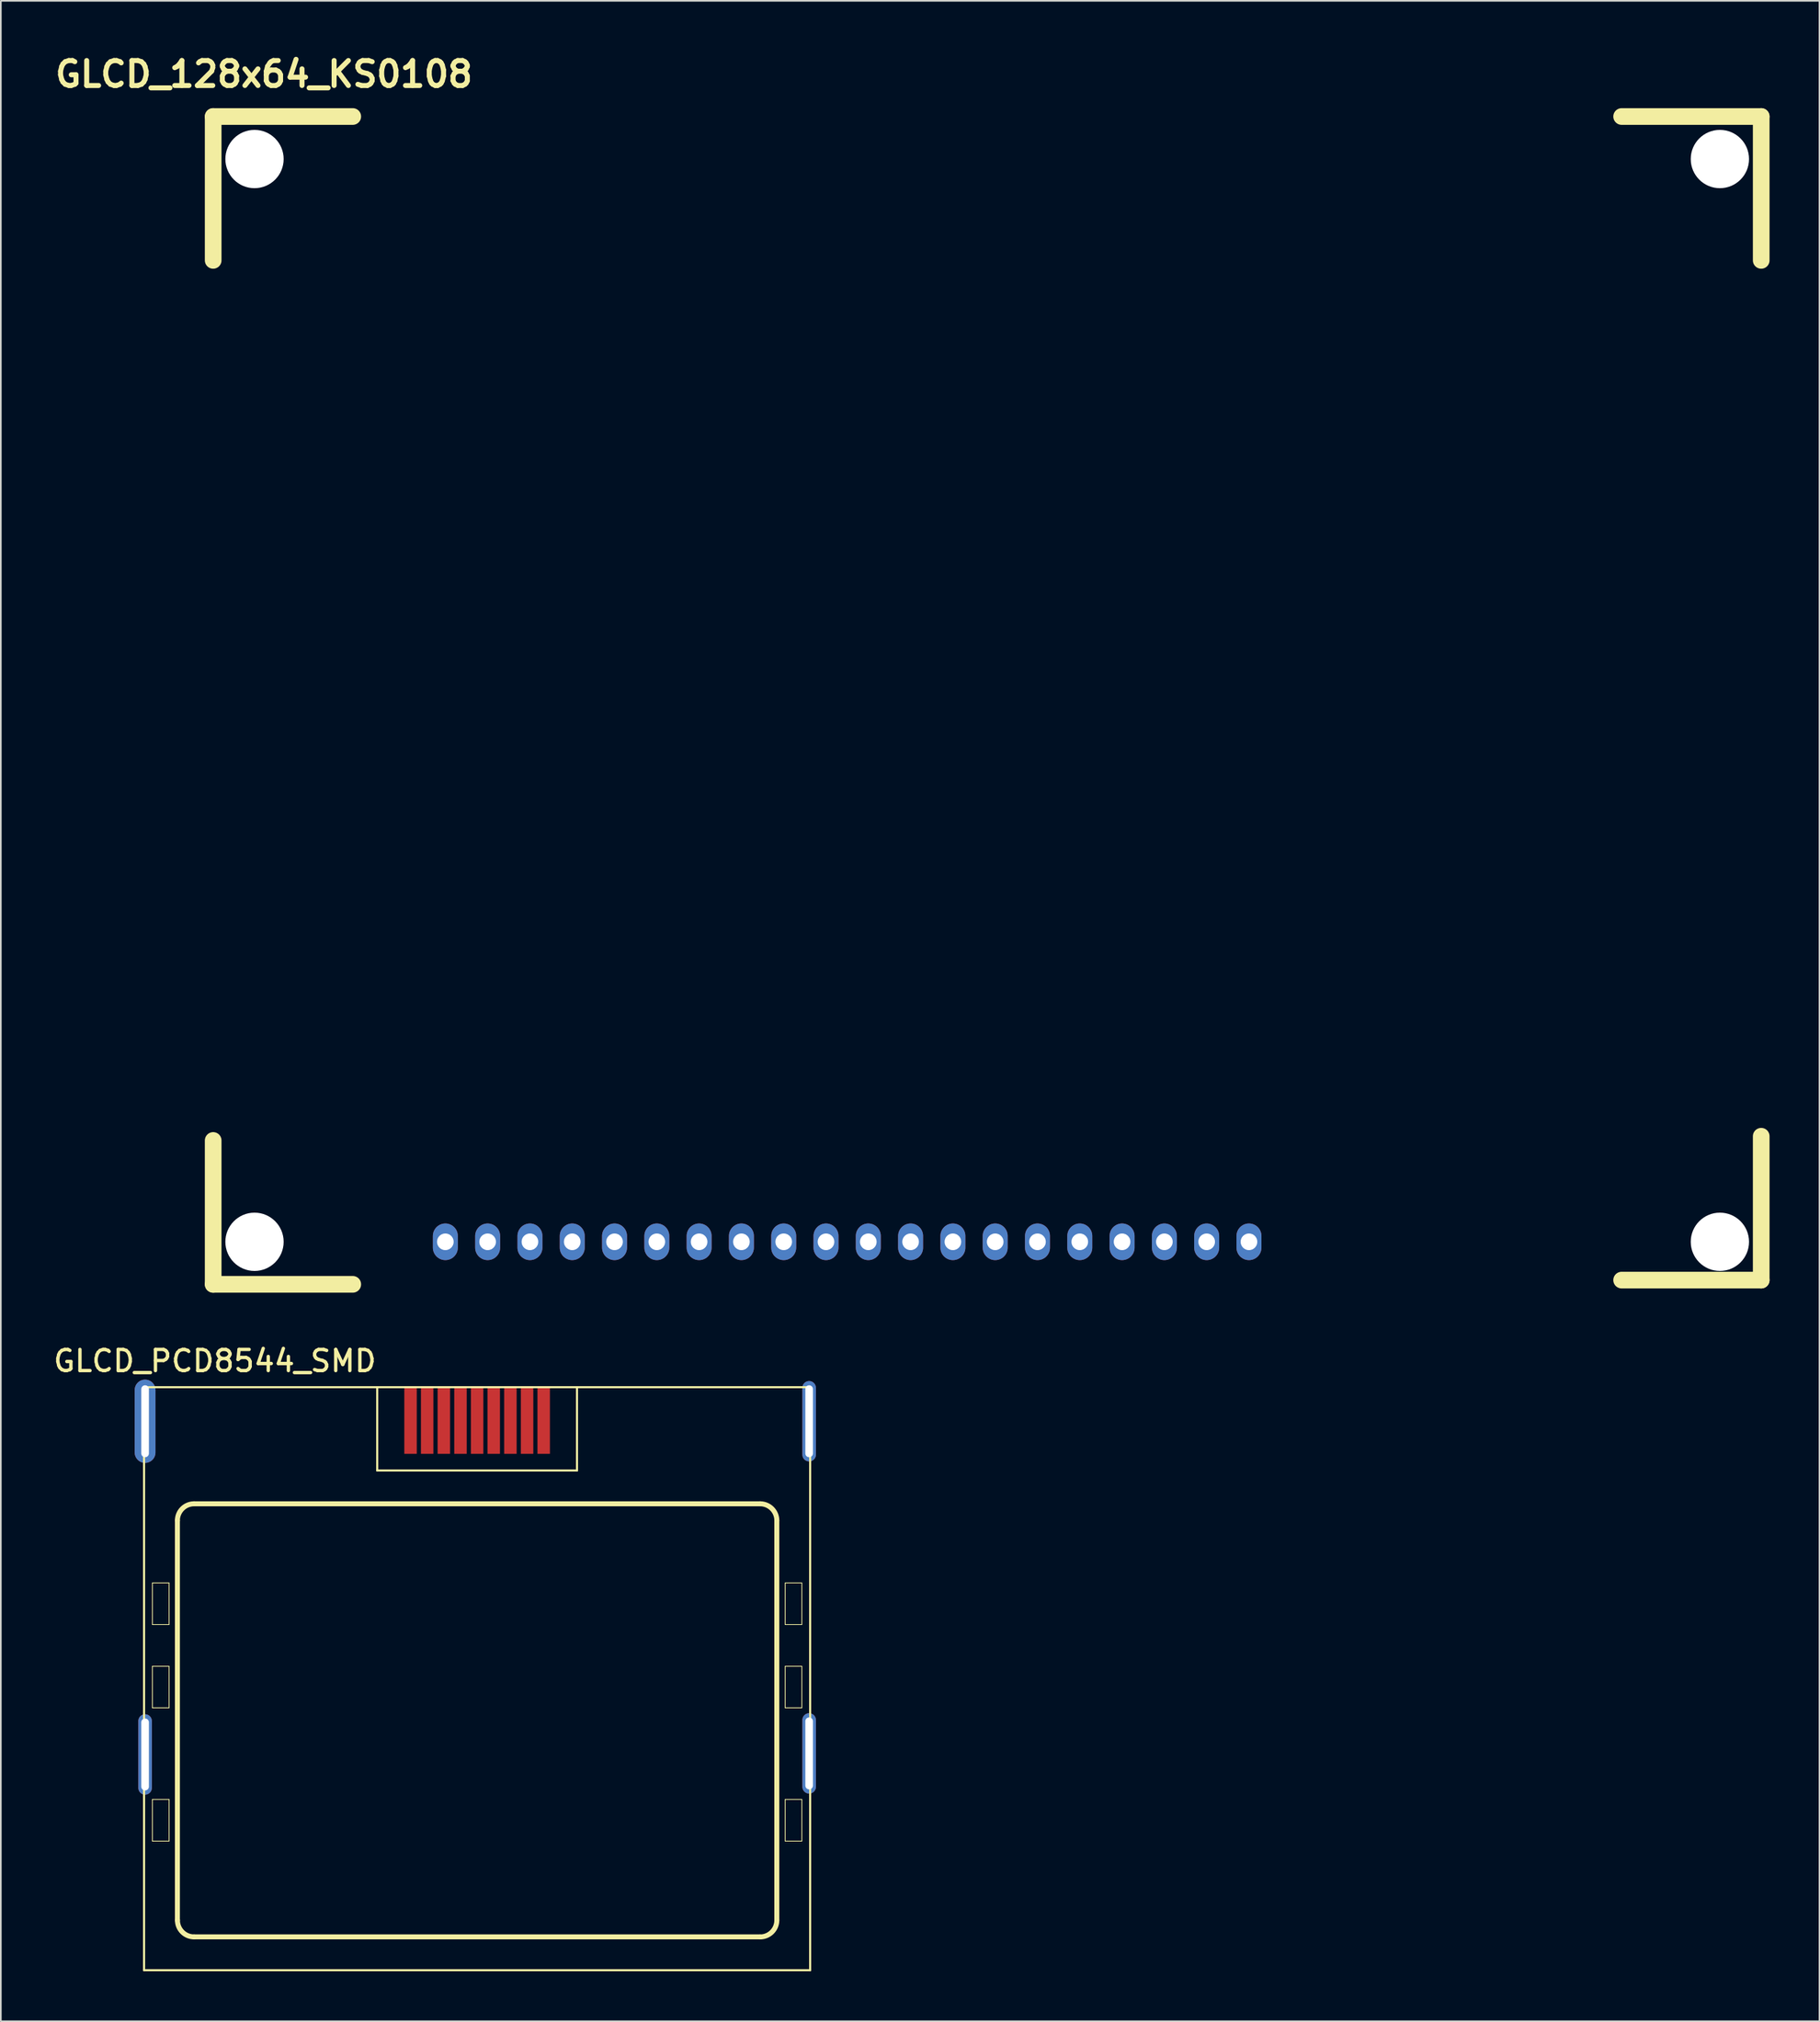
<source format=kicad_pcb>
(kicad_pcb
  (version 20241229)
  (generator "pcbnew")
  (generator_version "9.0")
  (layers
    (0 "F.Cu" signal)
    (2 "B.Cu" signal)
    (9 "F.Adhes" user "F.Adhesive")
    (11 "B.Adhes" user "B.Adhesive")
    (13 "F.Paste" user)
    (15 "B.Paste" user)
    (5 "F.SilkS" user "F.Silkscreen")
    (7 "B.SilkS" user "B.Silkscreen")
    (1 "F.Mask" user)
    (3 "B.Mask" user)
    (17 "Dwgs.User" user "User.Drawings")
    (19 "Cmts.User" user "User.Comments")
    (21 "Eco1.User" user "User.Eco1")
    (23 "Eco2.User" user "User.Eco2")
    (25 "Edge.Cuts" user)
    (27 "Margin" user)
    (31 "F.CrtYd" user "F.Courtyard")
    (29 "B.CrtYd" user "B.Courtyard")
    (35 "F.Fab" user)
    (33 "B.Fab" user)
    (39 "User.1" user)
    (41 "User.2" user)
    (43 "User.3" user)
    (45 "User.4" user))
  (footprint "GLCD_128x64_KS0108"
    (layer "F.Cu")
    (at 56.234 38.996)
    (property "Reference" "GLCD_128x64_KS0108" (at -43.434 -37.592 0) (layer "F.SilkS") (effects (font (size 1.5 1.5) (thickness 0.3))))
    (attr through_hole)
    (fp_line (start -46.482 -35.052) (end -38.1 -35.052) (stroke (width 1.001) (type solid)) (layer "F.SilkS"))
    (fp_line (start -46.482 -26.416) (end -46.482 -35.052) (stroke (width 1.001) (type solid)) (layer "F.SilkS"))
    (fp_line (start -46.482 35.052) (end -46.482 26.416) (stroke (width 1.001) (type solid)) (layer "F.SilkS"))
    (fp_line (start -46.482 35.052) (end -38.1 35.052) (stroke (width 1.001) (type solid)) (layer "F.SilkS"))
    (fp_line (start 38.1 -35.052) (end 46.482 -35.052) (stroke (width 1.001) (type solid)) (layer "F.SilkS"))
    (fp_line (start 38.1 34.798) (end 46.482 34.798) (stroke (width 1.001) (type solid)) (layer "F.SilkS"))
    (fp_line (start 46.482 -26.416) (end 46.482 -35.052) (stroke (width 1.001) (type solid)) (layer "F.SilkS"))
    (fp_line (start 46.482 34.798) (end 46.482 26.162) (stroke (width 1.001) (type solid)) (layer "F.SilkS"))
    (pad "" np_thru_hole circle (at -44 -32.499) (size 3.5 3.5) (drill 3.5) (layers "*.Cu" "*.Mask"))
    (pad "" np_thru_hole circle (at -44 32.499) (size 3.5 3.5) (drill 3.5) (layers "*.Cu" "*.Mask"))
    (pad "" np_thru_hole circle (at 44 -32.499) (size 3.5 3.5) (drill 3.5) (layers "*.Cu" "*.Mask"))
    (pad "" np_thru_hole circle (at 44 32.499) (size 3.5 3.5) (drill 3.5) (layers "*.Cu" "*.Mask"))
    (pad "1" thru_hole oval (at 15.72 32.499) (size 1.5 2.2) (drill 1) (layers "*.Cu" "*.Mask"))
    (pad "2" thru_hole oval (at 13.18 32.499) (size 1.5 2.2) (drill 1) (layers "*.Cu" "*.Mask"))
    (pad "3" thru_hole oval (at 10.64 32.499) (size 1.5 2.2) (drill 1) (layers "*.Cu" "*.Mask"))
    (pad "4" thru_hole oval (at 8.1 32.499) (size 1.5 2.2) (drill 1) (layers "*.Cu" "*.Mask"))
    (pad "5" thru_hole oval (at 5.56 32.499) (size 1.5 2.2) (drill 1) (layers "*.Cu" "*.Mask"))
    (pad "6" thru_hole oval (at 3.02 32.499) (size 1.5 2.2) (drill 1) (layers "*.Cu" "*.Mask"))
    (pad "7" thru_hole oval (at 0.48 32.499) (size 1.5 2.2) (drill 1) (layers "*.Cu" "*.Mask"))
    (pad "8" thru_hole oval (at -2.06 32.499) (size 1.5 2.2) (drill 1) (layers "*.Cu" "*.Mask"))
    (pad "9" thru_hole oval (at -4.6 32.499) (size 1.5 2.2) (drill 1) (layers "*.Cu" "*.Mask"))
    (pad "10" thru_hole oval (at -7.14 32.499) (size 1.5 2.2) (drill 1) (layers "*.Cu" "*.Mask"))
    (pad "11" thru_hole oval (at -9.68 32.499) (size 1.5 2.2) (drill 1) (layers "*.Cu" "*.Mask"))
    (pad "12" thru_hole oval (at -12.22 32.499) (size 1.5 2.2) (drill 1) (layers "*.Cu" "*.Mask"))
    (pad "13" thru_hole oval (at -14.76 32.499) (size 1.5 2.2) (drill 1) (layers "*.Cu" "*.Mask"))
    (pad "14" thru_hole oval (at -17.3 32.499) (size 1.5 2.2) (drill 1) (layers "*.Cu" "*.Mask"))
    (pad "15" thru_hole oval (at -19.84 32.499) (size 1.5 2.2) (drill 1) (layers "*.Cu" "*.Mask"))
    (pad "16" thru_hole oval (at -22.38 32.499) (size 1.5 2.2) (drill 1) (layers "*.Cu" "*.Mask"))
    (pad "17" thru_hole oval (at -24.92 32.499) (size 1.5 2.2) (drill 1) (layers "*.Cu" "*.Mask"))
    (pad "18" thru_hole oval (at -27.46 32.499) (size 1.5 2.2) (drill 1) (layers "*.Cu" "*.Mask"))
    (pad "19" thru_hole oval (at -30 32.499) (size 1.5 2.2) (drill 1) (layers "*.Cu" "*.Mask"))
    (pad "20" thru_hole oval (at -32.54 32.499) (size 1.5 2.2) (drill 1) (layers "*.Cu" "*.Mask")))
  (footprint "GLCD_PCD8544_SMD"
    (layer "F.Cu")
    (at 25.602 97.698)
    (property "Reference" "GLCD_PCD8544_SMD" (at -15.748 -19.05 0) (layer "F.SilkS") (effects (font (size 1.27 1.27) (thickness 0.203))))
    (attr smd)
    (fp_line (start -20 -17.475) (end -20 17.523) (stroke (width 0.127) (type solid)) (layer "F.SilkS"))
    (fp_line (start -20 -17.475) (end -5.999 -17.475) (stroke (width 0.127) (type solid)) (layer "F.SilkS"))
    (fp_line (start -20 17.523) (end 20 17.523) (stroke (width 0.127) (type solid)) (layer "F.SilkS"))
    (fp_line (start -19.898 -17.374) (end -19.898 -13.574) (stroke (width 0.3) (type solid)) (layer "F.SilkS"))
    (fp_line (start -19.898 2.624) (end -19.898 6.424) (stroke (width 0.3) (type solid)) (layer "F.SilkS"))
    (fp_line (start -19.5 -5.725) (end -18.499 -5.725) (stroke (width 0.048) (type solid)) (layer "F.SilkS"))
    (fp_line (start -19.5 -3.226) (end -19.5 -5.725) (stroke (width 0.048) (type solid)) (layer "F.SilkS"))
    (fp_line (start -19.5 -0.724) (end -18.499 -0.724) (stroke (width 0.048) (type solid)) (layer "F.SilkS"))
    (fp_line (start -19.5 1.773) (end -19.5 -0.724) (stroke (width 0.048) (type solid)) (layer "F.SilkS"))
    (fp_line (start -19.5 7.272) (end -18.499 7.272) (stroke (width 0.048) (type solid)) (layer "F.SilkS"))
    (fp_line (start -19.5 9.774) (end -19.5 7.272) (stroke (width 0.048) (type solid)) (layer "F.SilkS"))
    (fp_line (start -18.499 -5.725) (end -18.499 -3.226) (stroke (width 0.048) (type solid)) (layer "F.SilkS"))
    (fp_line (start -18.499 -3.226) (end -19.5 -3.226) (stroke (width 0.048) (type solid)) (layer "F.SilkS"))
    (fp_line (start -18.499 -0.724) (end -18.499 1.773) (stroke (width 0.048) (type solid)) (layer "F.SilkS"))
    (fp_line (start -18.499 1.773) (end -19.5 1.773) (stroke (width 0.048) (type solid)) (layer "F.SilkS"))
    (fp_line (start -18.499 7.272) (end -18.499 9.774) (stroke (width 0.048) (type solid)) (layer "F.SilkS"))
    (fp_line (start -18.499 9.774) (end -19.5 9.774) (stroke (width 0.048) (type solid)) (layer "F.SilkS"))
    (fp_line (start -17.998 -9.474) (end -17.998 14.524) (stroke (width 0.3) (type solid)) (layer "F.SilkS"))
    (fp_line (start -16.998 15.522) (end 16.998 15.522) (stroke (width 0.3) (type solid)) (layer "F.SilkS"))
    (fp_line (start -5.999 -17.475) (end -5.999 -12.474) (stroke (width 0.127) (type solid)) (layer "F.SilkS"))
    (fp_line (start -5.999 -17.475) (end 5.999 -17.475) (stroke (width 0.127) (type solid)) (layer "F.SilkS"))
    (fp_line (start -5.999 -12.474) (end 5.999 -12.474) (stroke (width 0.127) (type solid)) (layer "F.SilkS"))
    (fp_line (start 5.999 -17.475) (end 20 -17.475) (stroke (width 0.127) (type solid)) (layer "F.SilkS"))
    (fp_line (start 5.999 -12.474) (end 5.999 -17.475) (stroke (width 0.127) (type solid)) (layer "F.SilkS"))
    (fp_line (start 16.998 -10.475) (end -16.998 -10.475) (stroke (width 0.3) (type solid)) (layer "F.SilkS"))
    (fp_line (start 17.998 14.524) (end 17.998 -9.474) (stroke (width 0.3) (type solid)) (layer "F.SilkS"))
    (fp_line (start 18.499 -5.725) (end 19.5 -5.725) (stroke (width 0.048) (type solid)) (layer "F.SilkS"))
    (fp_line (start 18.499 -3.226) (end 18.499 -5.725) (stroke (width 0.048) (type solid)) (layer "F.SilkS"))
    (fp_line (start 18.499 -0.724) (end 19.5 -0.724) (stroke (width 0.048) (type solid)) (layer "F.SilkS"))
    (fp_line (start 18.499 1.773) (end 18.499 -0.724) (stroke (width 0.048) (type solid)) (layer "F.SilkS"))
    (fp_line (start 18.499 7.272) (end 19.5 7.272) (stroke (width 0.048) (type solid)) (layer "F.SilkS"))
    (fp_line (start 18.499 9.774) (end 18.499 7.272) (stroke (width 0.048) (type solid)) (layer "F.SilkS"))
    (fp_line (start 19.5 -5.725) (end 19.5 -3.226) (stroke (width 0.048) (type solid)) (layer "F.SilkS"))
    (fp_line (start 19.5 -3.226) (end 18.499 -3.226) (stroke (width 0.048) (type solid)) (layer "F.SilkS"))
    (fp_line (start 19.5 -0.724) (end 19.5 1.773) (stroke (width 0.048) (type solid)) (layer "F.SilkS"))
    (fp_line (start 19.5 1.773) (end 18.499 1.773) (stroke (width 0.048) (type solid)) (layer "F.SilkS"))
    (fp_line (start 19.5 7.272) (end 19.5 9.774) (stroke (width 0.048) (type solid)) (layer "F.SilkS"))
    (fp_line (start 19.5 9.774) (end 18.499 9.774) (stroke (width 0.048) (type solid)) (layer "F.SilkS"))
    (fp_line (start 19.898 -17.374) (end 19.898 -13.574) (stroke (width 0.3) (type solid)) (layer "F.SilkS"))
    (fp_line (start 19.898 2.522) (end 19.898 6.322) (stroke (width 0.3) (type solid)) (layer "F.SilkS"))
    (fp_line (start 20 -17.475) (end 20 17.523) (stroke (width 0.127) (type solid)) (layer "F.SilkS"))
    (fp_arc (start -17.99844 -9.4742) (mid -17.705324 -10.181844) (end -16.99768 -10.47496) (stroke (width 0.29972) (type solid)) (layer "F.SilkS"))
    (fp_arc (start -16.99768 15.52194) (mid -17.703528 15.229568) (end -17.9959 14.52372) (stroke (width 0.29972) (type solid)) (layer "F.SilkS"))
    (fp_arc (start 16.99768 -10.47496) (mid 17.705324 -10.181844) (end 17.99844 -9.4742) (stroke (width 0.29972) (type solid)) (layer "F.SilkS"))
    (fp_arc (start 17.99844 14.52372) (mid 17.705324 15.231364) (end 16.99768 15.52448) (stroke (width 0.29972) (type solid)) (layer "F.SilkS"))
    (pad "1" smd rect (at 3.998 -15.474 90) (size 3.998 0.749) (layers "F.Cu" "F.Mask" "F.Paste"))
    (pad "2" smd rect (at 3 -15.474 90) (size 3.998 0.749) (layers "F.Cu" "F.Mask" "F.Paste"))
    (pad "3" smd rect (at 1.999 -15.474 90) (size 3.998 0.749) (layers "F.Cu" "F.Mask" "F.Paste"))
    (pad "4" smd rect (at 0.998 -15.474 90) (size 3.998 0.749) (layers "F.Cu" "F.Mask" "F.Paste"))
    (pad "5" smd rect (at 0 -15.474 90) (size 3.998 0.749) (layers "F.Cu" "F.Mask" "F.Paste"))
    (pad "6" smd rect (at -0.998 -15.474 90) (size 3.998 0.749) (layers "F.Cu" "F.Mask" "F.Paste"))
    (pad "7" thru_hole oval (at -19.939 -15.431 90) (size 5 1.25) (drill oval 4.318 0.457) (layers "*.Cu" "*.Mask"))
    (pad "7" thru_hole oval (at -19.939 4.572 90) (size 4.826 0.813) (drill oval 4.318 0.457) (layers "*.Cu" "*.Mask"))
    (pad "7" smd rect (at -1.999 -15.474 90) (size 3.998 0.749) (layers "F.Cu" "F.Mask" "F.Paste"))
    (pad "7" thru_hole oval (at 19.939 -15.431 90) (size 4.826 0.813) (drill oval 4.318 0.457) (layers "*.Cu" "*.Mask"))
    (pad "7" thru_hole oval (at 19.939 4.508 90) (size 4.826 0.813) (drill oval 4.318 0.457) (layers "*.Cu" "*.Mask"))
    (pad "8" smd rect (at -3 -15.474 90) (size 3.998 0.749) (layers "F.Cu" "F.Mask" "F.Paste"))
    (pad "9" smd rect (at -3.998 -15.474 90) (size 3.998 0.749) (layers "F.Cu" "F.Mask" "F.Paste")))
  (gr_rect
    (start -3 -3)
    (end 106.216 118.285)
    (stroke (width 0.1) (type default))
    (fill no)
    (layer "Edge.Cuts")))
</source>
